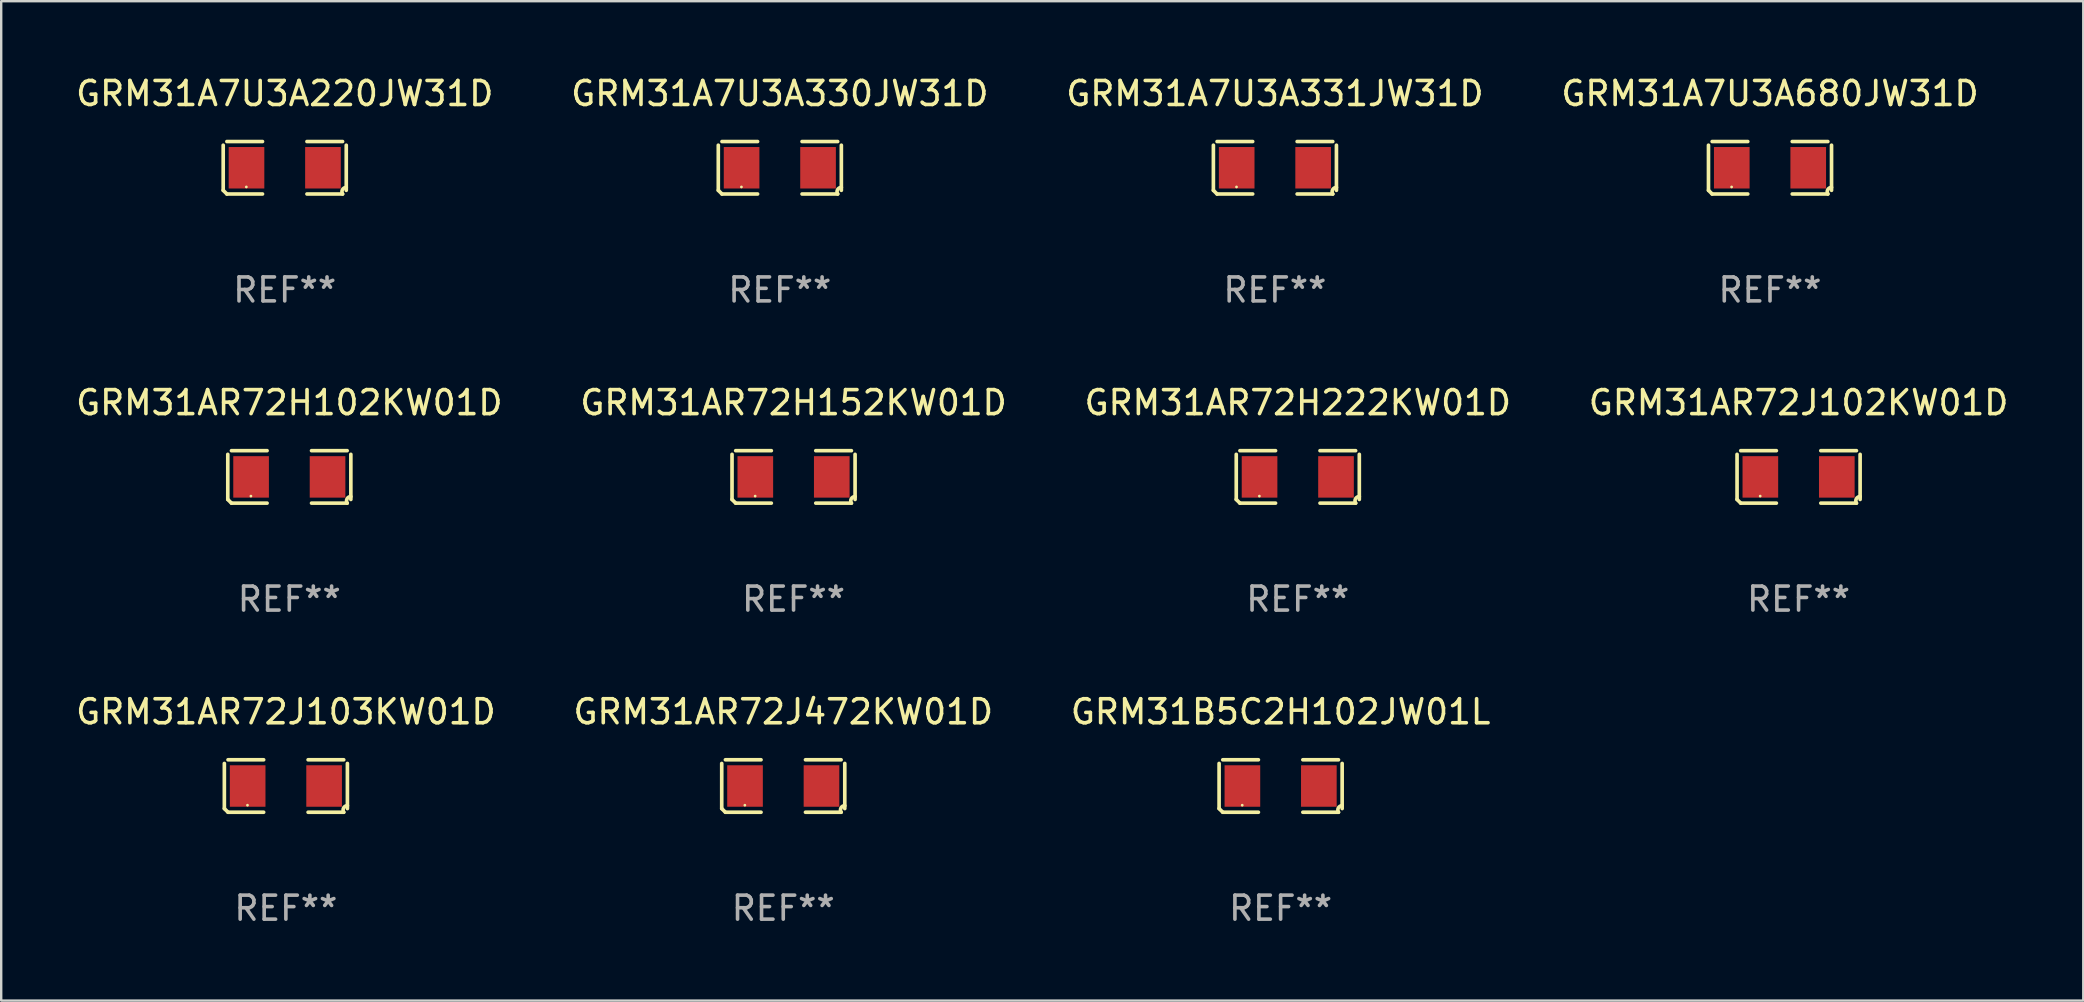
<source format=kicad_pcb>
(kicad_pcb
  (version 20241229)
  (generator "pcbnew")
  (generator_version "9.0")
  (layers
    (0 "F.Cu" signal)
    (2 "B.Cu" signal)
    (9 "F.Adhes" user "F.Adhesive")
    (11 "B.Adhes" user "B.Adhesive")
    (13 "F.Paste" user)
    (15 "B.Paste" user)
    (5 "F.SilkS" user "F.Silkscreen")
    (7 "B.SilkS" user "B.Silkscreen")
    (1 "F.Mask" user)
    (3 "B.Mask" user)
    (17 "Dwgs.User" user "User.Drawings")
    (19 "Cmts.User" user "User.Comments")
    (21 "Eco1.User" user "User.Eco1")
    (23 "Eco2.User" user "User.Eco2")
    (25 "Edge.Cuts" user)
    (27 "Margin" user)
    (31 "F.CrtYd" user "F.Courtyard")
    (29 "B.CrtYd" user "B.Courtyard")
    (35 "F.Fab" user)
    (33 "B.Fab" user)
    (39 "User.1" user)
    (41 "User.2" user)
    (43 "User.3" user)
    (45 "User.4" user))
  (footprint "GRM31AR72H222KW01D"
    (layer "F.Cu")
    (at 51.03 16.823)
    (property "Reference" "GRM31AR72H222KW01D" (at 0 -3.093 0) (layer "F.SilkS") (effects (font (size 1 1) (thickness 0.15))))
    (attr through_hole)
    (fp_line (start -2.564 0.94) (end -2.564 -0.94) (stroke (width 0.152) (type solid)) (layer "F.SilkS"))
    (fp_line (start -2.411 -1.093) (end -0.926 -1.093) (stroke (width 0.152) (type solid)) (layer "F.SilkS"))
    (fp_line (start -0.926 1.093) (end -2.411 1.093) (stroke (width 0.152) (type solid)) (layer "F.SilkS"))
    (fp_line (start 0.926 1.093) (end 2.411 1.093) (stroke (width 0.152) (type solid)) (layer "F.SilkS"))
    (fp_line (start 2.411 -1.093) (end 0.926 -1.093) (stroke (width 0.152) (type solid)) (layer "F.SilkS"))
    (fp_line (start 2.564 0.94) (end 2.564 -0.94) (stroke (width 0.152) (type solid)) (layer "F.SilkS"))
    (fp_arc (start -2.411201 1.092609) (mid -2.487413 1.01642) (end -2.563602 0.940208) (stroke (width 0.1524) (type solid)) (layer "F.SilkS"))
    (fp_arc (start 2.411201 1.092609) (mid 2.407159 0.911226) (end 2.563602 0.819347) (stroke (width 0.1524) (type solid)) (layer "F.SilkS"))
    (fp_circle (center -1.6 0.8) (end -1.57 0.8) (stroke (width 0.06) (type solid)) (fill no) (layer "F.SilkS"))
    (fp_text user "REF**" (at 0 5.093 0) (layer "F.Fab") (effects (font (size 1 1) (thickness 0.15))))
    (pad "1" smd rect (at -1.593 0) (size 1.485 1.728) (layers "F.Cu" "F.Mask" "F.Paste"))
    (pad "2" smd rect (at 1.593 0) (size 1.485 1.728) (layers "F.Cu" "F.Mask" "F.Paste")))
  (footprint "GRM31AR72J103KW01D"
    (layer "F.Cu")
    (at 8.863 29.704)
    (property "Reference" "GRM31AR72J103KW01D" (at 0 -3.093 0) (layer "F.SilkS") (effects (font (size 1 1) (thickness 0.15))))
    (attr through_hole)
    (fp_line (start -2.564 0.94) (end -2.564 -0.94) (stroke (width 0.152) (type solid)) (layer "F.SilkS"))
    (fp_line (start -2.411 -1.093) (end -0.926 -1.093) (stroke (width 0.152) (type solid)) (layer "F.SilkS"))
    (fp_line (start -0.926 1.093) (end -2.411 1.093) (stroke (width 0.152) (type solid)) (layer "F.SilkS"))
    (fp_line (start 0.926 1.093) (end 2.411 1.093) (stroke (width 0.152) (type solid)) (layer "F.SilkS"))
    (fp_line (start 2.411 -1.093) (end 0.926 -1.093) (stroke (width 0.152) (type solid)) (layer "F.SilkS"))
    (fp_line (start 2.564 0.94) (end 2.564 -0.94) (stroke (width 0.152) (type solid)) (layer "F.SilkS"))
    (fp_arc (start -2.411201 1.092609) (mid -2.487413 1.01642) (end -2.563602 0.940208) (stroke (width 0.1524) (type solid)) (layer "F.SilkS"))
    (fp_arc (start 2.411201 1.092609) (mid 2.407159 0.911226) (end 2.563602 0.819347) (stroke (width 0.1524) (type solid)) (layer "F.SilkS"))
    (fp_circle (center -1.6 0.8) (end -1.57 0.8) (stroke (width 0.06) (type solid)) (fill no) (layer "F.SilkS"))
    (fp_text user "REF**" (at 0 5.093 0) (layer "F.Fab") (effects (font (size 1 1) (thickness 0.15))))
    (pad "1" smd rect (at -1.593 0) (size 1.485 1.728) (layers "F.Cu" "F.Mask" "F.Paste"))
    (pad "2" smd rect (at 1.593 0) (size 1.485 1.728) (layers "F.Cu" "F.Mask" "F.Paste")))
  (footprint "GRM31A7U3A680JW31D"
    (layer "F.Cu")
    (at 70.708 3.941)
    (property "Reference" "GRM31A7U3A680JW31D" (at 0 -3.093 0) (layer "F.SilkS") (effects (font (size 1 1) (thickness 0.15))))
    (attr through_hole)
    (fp_line (start -2.564 0.94) (end -2.564 -0.94) (stroke (width 0.152) (type solid)) (layer "F.SilkS"))
    (fp_line (start -2.411 -1.093) (end -0.926 -1.093) (stroke (width 0.152) (type solid)) (layer "F.SilkS"))
    (fp_line (start -0.926 1.093) (end -2.411 1.093) (stroke (width 0.152) (type solid)) (layer "F.SilkS"))
    (fp_line (start 0.926 1.093) (end 2.411 1.093) (stroke (width 0.152) (type solid)) (layer "F.SilkS"))
    (fp_line (start 2.411 -1.093) (end 0.926 -1.093) (stroke (width 0.152) (type solid)) (layer "F.SilkS"))
    (fp_line (start 2.564 0.94) (end 2.564 -0.94) (stroke (width 0.152) (type solid)) (layer "F.SilkS"))
    (fp_arc (start -2.411201 1.092609) (mid -2.487413 1.01642) (end -2.563602 0.940208) (stroke (width 0.1524) (type solid)) (layer "F.SilkS"))
    (fp_arc (start 2.411201 1.092609) (mid 2.407159 0.911226) (end 2.563602 0.819347) (stroke (width 0.1524) (type solid)) (layer "F.SilkS"))
    (fp_circle (center -1.6 0.8) (end -1.57 0.8) (stroke (width 0.06) (type solid)) (fill no) (layer "F.SilkS"))
    (fp_text user "REF**" (at 0 5.093 0) (layer "F.Fab") (effects (font (size 1 1) (thickness 0.15))))
    (pad "1" smd rect (at -1.593 0) (size 1.485 1.728) (layers "F.Cu" "F.Mask" "F.Paste"))
    (pad "2" smd rect (at 1.593 0) (size 1.485 1.728) (layers "F.Cu" "F.Mask" "F.Paste")))
  (footprint "GRM31AR72J472KW01D"
    (layer "F.Cu")
    (at 29.589 29.704)
    (property "Reference" "GRM31AR72J472KW01D" (at 0 -3.093 0) (layer "F.SilkS") (effects (font (size 1 1) (thickness 0.15))))
    (attr through_hole)
    (fp_line (start -2.564 0.94) (end -2.564 -0.94) (stroke (width 0.152) (type solid)) (layer "F.SilkS"))
    (fp_line (start -2.411 -1.093) (end -0.926 -1.093) (stroke (width 0.152) (type solid)) (layer "F.SilkS"))
    (fp_line (start -0.926 1.093) (end -2.411 1.093) (stroke (width 0.152) (type solid)) (layer "F.SilkS"))
    (fp_line (start 0.926 1.093) (end 2.411 1.093) (stroke (width 0.152) (type solid)) (layer "F.SilkS"))
    (fp_line (start 2.411 -1.093) (end 0.926 -1.093) (stroke (width 0.152) (type solid)) (layer "F.SilkS"))
    (fp_line (start 2.564 0.94) (end 2.564 -0.94) (stroke (width 0.152) (type solid)) (layer "F.SilkS"))
    (fp_arc (start -2.411201 1.092609) (mid -2.487413 1.01642) (end -2.563602 0.940208) (stroke (width 0.1524) (type solid)) (layer "F.SilkS"))
    (fp_arc (start 2.411201 1.092609) (mid 2.407159 0.911226) (end 2.563602 0.819347) (stroke (width 0.1524) (type solid)) (layer "F.SilkS"))
    (fp_circle (center -1.6 0.8) (end -1.57 0.8) (stroke (width 0.06) (type solid)) (fill no) (layer "F.SilkS"))
    (fp_text user "REF**" (at 0 5.093 0) (layer "F.Fab") (effects (font (size 1 1) (thickness 0.15))))
    (pad "1" smd rect (at -1.593 0) (size 1.485 1.728) (layers "F.Cu" "F.Mask" "F.Paste"))
    (pad "2" smd rect (at 1.593 0) (size 1.485 1.728) (layers "F.Cu" "F.Mask" "F.Paste")))
  (footprint "GRM31B5C2H102JW01L"
    (layer "F.Cu")
    (at 50.315 29.704)
    (property "Reference" "GRM31B5C2H102JW01L" (at 0 -3.093 0) (layer "F.SilkS") (effects (font (size 1 1) (thickness 0.15))))
    (attr through_hole)
    (fp_line (start -2.564 0.94) (end -2.564 -0.94) (stroke (width 0.152) (type solid)) (layer "F.SilkS"))
    (fp_line (start -2.411 -1.093) (end -0.926 -1.093) (stroke (width 0.152) (type solid)) (layer "F.SilkS"))
    (fp_line (start -0.926 1.093) (end -2.411 1.093) (stroke (width 0.152) (type solid)) (layer "F.SilkS"))
    (fp_line (start 0.926 1.093) (end 2.411 1.093) (stroke (width 0.152) (type solid)) (layer "F.SilkS"))
    (fp_line (start 2.411 -1.093) (end 0.926 -1.093) (stroke (width 0.152) (type solid)) (layer "F.SilkS"))
    (fp_line (start 2.564 0.94) (end 2.564 -0.94) (stroke (width 0.152) (type solid)) (layer "F.SilkS"))
    (fp_arc (start -2.411201 1.092609) (mid -2.487413 1.01642) (end -2.563602 0.940208) (stroke (width 0.1524) (type solid)) (layer "F.SilkS"))
    (fp_arc (start 2.411201 1.092609) (mid 2.407159 0.911226) (end 2.563602 0.819347) (stroke (width 0.1524) (type solid)) (layer "F.SilkS"))
    (fp_circle (center -1.6 0.8) (end -1.57 0.8) (stroke (width 0.06) (type solid)) (fill no) (layer "F.SilkS"))
    (fp_text user "REF**" (at 0 5.093 0) (layer "F.Fab") (effects (font (size 1 1) (thickness 0.15))))
    (pad "1" smd rect (at -1.593 0) (size 1.485 1.728) (layers "F.Cu" "F.Mask" "F.Paste"))
    (pad "2" smd rect (at 1.593 0) (size 1.485 1.728) (layers "F.Cu" "F.Mask" "F.Paste")))
  (footprint "GRM31A7U3A330JW31D"
    (layer "F.Cu")
    (at 29.446 3.941)
    (property "Reference" "GRM31A7U3A330JW31D" (at 0 -3.093 0) (layer "F.SilkS") (effects (font (size 1 1) (thickness 0.15))))
    (attr through_hole)
    (fp_line (start -2.564 0.94) (end -2.564 -0.94) (stroke (width 0.152) (type solid)) (layer "F.SilkS"))
    (fp_line (start -2.411 -1.093) (end -0.926 -1.093) (stroke (width 0.152) (type solid)) (layer "F.SilkS"))
    (fp_line (start -0.926 1.093) (end -2.411 1.093) (stroke (width 0.152) (type solid)) (layer "F.SilkS"))
    (fp_line (start 0.926 1.093) (end 2.411 1.093) (stroke (width 0.152) (type solid)) (layer "F.SilkS"))
    (fp_line (start 2.411 -1.093) (end 0.926 -1.093) (stroke (width 0.152) (type solid)) (layer "F.SilkS"))
    (fp_line (start 2.564 0.94) (end 2.564 -0.94) (stroke (width 0.152) (type solid)) (layer "F.SilkS"))
    (fp_arc (start -2.411201 1.092609) (mid -2.487413 1.01642) (end -2.563602 0.940208) (stroke (width 0.1524) (type solid)) (layer "F.SilkS"))
    (fp_arc (start 2.411201 1.092609) (mid 2.407159 0.911226) (end 2.563602 0.819347) (stroke (width 0.1524) (type solid)) (layer "F.SilkS"))
    (fp_circle (center -1.6 0.8) (end -1.57 0.8) (stroke (width 0.06) (type solid)) (fill no) (layer "F.SilkS"))
    (fp_text user "REF**" (at 0 5.093 0) (layer "F.Fab") (effects (font (size 1 1) (thickness 0.15))))
    (pad "1" smd rect (at -1.593 0) (size 1.485 1.728) (layers "F.Cu" "F.Mask" "F.Paste"))
    (pad "2" smd rect (at 1.593 0) (size 1.485 1.728) (layers "F.Cu" "F.Mask" "F.Paste")))
  (footprint "GRM31AR72H102KW01D"
    (layer "F.Cu")
    (at 9.006 16.823)
    (property "Reference" "GRM31AR72H102KW01D" (at 0 -3.093 0) (layer "F.SilkS") (effects (font (size 1 1) (thickness 0.15))))
    (attr through_hole)
    (fp_line (start -2.564 0.94) (end -2.564 -0.94) (stroke (width 0.152) (type solid)) (layer "F.SilkS"))
    (fp_line (start -2.411 -1.093) (end -0.926 -1.093) (stroke (width 0.152) (type solid)) (layer "F.SilkS"))
    (fp_line (start -0.926 1.093) (end -2.411 1.093) (stroke (width 0.152) (type solid)) (layer "F.SilkS"))
    (fp_line (start 0.926 1.093) (end 2.411 1.093) (stroke (width 0.152) (type solid)) (layer "F.SilkS"))
    (fp_line (start 2.411 -1.093) (end 0.926 -1.093) (stroke (width 0.152) (type solid)) (layer "F.SilkS"))
    (fp_line (start 2.564 0.94) (end 2.564 -0.94) (stroke (width 0.152) (type solid)) (layer "F.SilkS"))
    (fp_arc (start -2.411201 1.092609) (mid -2.487413 1.01642) (end -2.563602 0.940208) (stroke (width 0.1524) (type solid)) (layer "F.SilkS"))
    (fp_arc (start 2.411201 1.092609) (mid 2.407159 0.911226) (end 2.563602 0.819347) (stroke (width 0.1524) (type solid)) (layer "F.SilkS"))
    (fp_circle (center -1.6 0.8) (end -1.57 0.8) (stroke (width 0.06) (type solid)) (fill no) (layer "F.SilkS"))
    (fp_text user "REF**" (at 0 5.093 0) (layer "F.Fab") (effects (font (size 1 1) (thickness 0.15))))
    (pad "1" smd rect (at -1.593 0) (size 1.485 1.728) (layers "F.Cu" "F.Mask" "F.Paste"))
    (pad "2" smd rect (at 1.593 0) (size 1.485 1.728) (layers "F.Cu" "F.Mask" "F.Paste")))
  (footprint "GRM31AR72H152KW01D"
    (layer "F.Cu")
    (at 30.018 16.823)
    (property "Reference" "GRM31AR72H152KW01D" (at 0 -3.093 0) (layer "F.SilkS") (effects (font (size 1 1) (thickness 0.15))))
    (attr through_hole)
    (fp_line (start -2.564 0.94) (end -2.564 -0.94) (stroke (width 0.152) (type solid)) (layer "F.SilkS"))
    (fp_line (start -2.411 -1.093) (end -0.926 -1.093) (stroke (width 0.152) (type solid)) (layer "F.SilkS"))
    (fp_line (start -0.926 1.093) (end -2.411 1.093) (stroke (width 0.152) (type solid)) (layer "F.SilkS"))
    (fp_line (start 0.926 1.093) (end 2.411 1.093) (stroke (width 0.152) (type solid)) (layer "F.SilkS"))
    (fp_line (start 2.411 -1.093) (end 0.926 -1.093) (stroke (width 0.152) (type solid)) (layer "F.SilkS"))
    (fp_line (start 2.564 0.94) (end 2.564 -0.94) (stroke (width 0.152) (type solid)) (layer "F.SilkS"))
    (fp_arc (start -2.411201 1.092609) (mid -2.487413 1.01642) (end -2.563602 0.940208) (stroke (width 0.1524) (type solid)) (layer "F.SilkS"))
    (fp_arc (start 2.411201 1.092609) (mid 2.407159 0.911226) (end 2.563602 0.819347) (stroke (width 0.1524) (type solid)) (layer "F.SilkS"))
    (fp_circle (center -1.6 0.8) (end -1.57 0.8) (stroke (width 0.06) (type solid)) (fill no) (layer "F.SilkS"))
    (fp_text user "REF**" (at 0 5.093 0) (layer "F.Fab") (effects (font (size 1 1) (thickness 0.15))))
    (pad "1" smd rect (at -1.593 0) (size 1.485 1.728) (layers "F.Cu" "F.Mask" "F.Paste"))
    (pad "2" smd rect (at 1.593 0) (size 1.485 1.728) (layers "F.Cu" "F.Mask" "F.Paste")))
  (footprint "GRM31A7U3A220JW31D"
    (layer "F.Cu")
    (at 8.815 3.941)
    (property "Reference" "GRM31A7U3A220JW31D" (at 0 -3.093 0) (layer "F.SilkS") (effects (font (size 1 1) (thickness 0.15))))
    (attr through_hole)
    (fp_line (start -2.564 0.94) (end -2.564 -0.94) (stroke (width 0.152) (type solid)) (layer "F.SilkS"))
    (fp_line (start -2.411 -1.093) (end -0.926 -1.093) (stroke (width 0.152) (type solid)) (layer "F.SilkS"))
    (fp_line (start -0.926 1.093) (end -2.411 1.093) (stroke (width 0.152) (type solid)) (layer "F.SilkS"))
    (fp_line (start 0.926 1.093) (end 2.411 1.093) (stroke (width 0.152) (type solid)) (layer "F.SilkS"))
    (fp_line (start 2.411 -1.093) (end 0.926 -1.093) (stroke (width 0.152) (type solid)) (layer "F.SilkS"))
    (fp_line (start 2.564 0.94) (end 2.564 -0.94) (stroke (width 0.152) (type solid)) (layer "F.SilkS"))
    (fp_arc (start -2.411201 1.092609) (mid -2.487413 1.01642) (end -2.563602 0.940208) (stroke (width 0.1524) (type solid)) (layer "F.SilkS"))
    (fp_arc (start 2.411201 1.092609) (mid 2.407159 0.911226) (end 2.563602 0.819347) (stroke (width 0.1524) (type solid)) (layer "F.SilkS"))
    (fp_circle (center -1.6 0.8) (end -1.57 0.8) (stroke (width 0.06) (type solid)) (fill no) (layer "F.SilkS"))
    (fp_text user "REF**" (at 0 5.093 0) (layer "F.Fab") (effects (font (size 1 1) (thickness 0.15))))
    (pad "1" smd rect (at -1.593 0) (size 1.485 1.728) (layers "F.Cu" "F.Mask" "F.Paste"))
    (pad "2" smd rect (at 1.593 0) (size 1.485 1.728) (layers "F.Cu" "F.Mask" "F.Paste")))
  (footprint "GRM31AR72J102KW01D"
    (layer "F.Cu")
    (at 71.899 16.823)
    (property "Reference" "GRM31AR72J102KW01D" (at 0 -3.093 0) (layer "F.SilkS") (effects (font (size 1 1) (thickness 0.15))))
    (attr through_hole)
    (fp_line (start -2.564 0.94) (end -2.564 -0.94) (stroke (width 0.152) (type solid)) (layer "F.SilkS"))
    (fp_line (start -2.411 -1.093) (end -0.926 -1.093) (stroke (width 0.152) (type solid)) (layer "F.SilkS"))
    (fp_line (start -0.926 1.093) (end -2.411 1.093) (stroke (width 0.152) (type solid)) (layer "F.SilkS"))
    (fp_line (start 0.926 1.093) (end 2.411 1.093) (stroke (width 0.152) (type solid)) (layer "F.SilkS"))
    (fp_line (start 2.411 -1.093) (end 0.926 -1.093) (stroke (width 0.152) (type solid)) (layer "F.SilkS"))
    (fp_line (start 2.564 0.94) (end 2.564 -0.94) (stroke (width 0.152) (type solid)) (layer "F.SilkS"))
    (fp_arc (start -2.411201 1.092609) (mid -2.487413 1.01642) (end -2.563602 0.940208) (stroke (width 0.1524) (type solid)) (layer "F.SilkS"))
    (fp_arc (start 2.411201 1.092609) (mid 2.407159 0.911226) (end 2.563602 0.819347) (stroke (width 0.1524) (type solid)) (layer "F.SilkS"))
    (fp_circle (center -1.6 0.8) (end -1.57 0.8) (stroke (width 0.06) (type solid)) (fill no) (layer "F.SilkS"))
    (fp_text user "REF**" (at 0 5.093 0) (layer "F.Fab") (effects (font (size 1 1) (thickness 0.15))))
    (pad "1" smd rect (at -1.593 0) (size 1.485 1.728) (layers "F.Cu" "F.Mask" "F.Paste"))
    (pad "2" smd rect (at 1.593 0) (size 1.485 1.728) (layers "F.Cu" "F.Mask" "F.Paste")))
  (footprint "GRM31A7U3A331JW31D"
    (layer "F.Cu")
    (at 50.077 3.941)
    (property "Reference" "GRM31A7U3A331JW31D" (at 0 -3.093 0) (layer "F.SilkS") (effects (font (size 1 1) (thickness 0.15))))
    (attr through_hole)
    (fp_line (start -2.564 0.94) (end -2.564 -0.94) (stroke (width 0.152) (type solid)) (layer "F.SilkS"))
    (fp_line (start -2.411 -1.093) (end -0.926 -1.093) (stroke (width 0.152) (type solid)) (layer "F.SilkS"))
    (fp_line (start -0.926 1.093) (end -2.411 1.093) (stroke (width 0.152) (type solid)) (layer "F.SilkS"))
    (fp_line (start 0.926 1.093) (end 2.411 1.093) (stroke (width 0.152) (type solid)) (layer "F.SilkS"))
    (fp_line (start 2.411 -1.093) (end 0.926 -1.093) (stroke (width 0.152) (type solid)) (layer "F.SilkS"))
    (fp_line (start 2.564 0.94) (end 2.564 -0.94) (stroke (width 0.152) (type solid)) (layer "F.SilkS"))
    (fp_arc (start -2.411201 1.092609) (mid -2.487413 1.01642) (end -2.563602 0.940208) (stroke (width 0.1524) (type solid)) (layer "F.SilkS"))
    (fp_arc (start 2.411201 1.092609) (mid 2.407159 0.911226) (end 2.563602 0.819347) (stroke (width 0.1524) (type solid)) (layer "F.SilkS"))
    (fp_circle (center -1.6 0.8) (end -1.57 0.8) (stroke (width 0.06) (type solid)) (fill no) (layer "F.SilkS"))
    (fp_text user "REF**" (at 0 5.093 0) (layer "F.Fab") (effects (font (size 1 1) (thickness 0.15))))
    (pad "1" smd rect (at -1.593 0) (size 1.485 1.728) (layers "F.Cu" "F.Mask" "F.Paste"))
    (pad "2" smd rect (at 1.593 0) (size 1.485 1.728) (layers "F.Cu" "F.Mask" "F.Paste")))
  (gr_rect
    (start -3 -3)
    (end 83.762 38.645)
    (stroke (width 0.1) (type default))
    (fill no)
    (layer "Edge.Cuts")))
</source>
